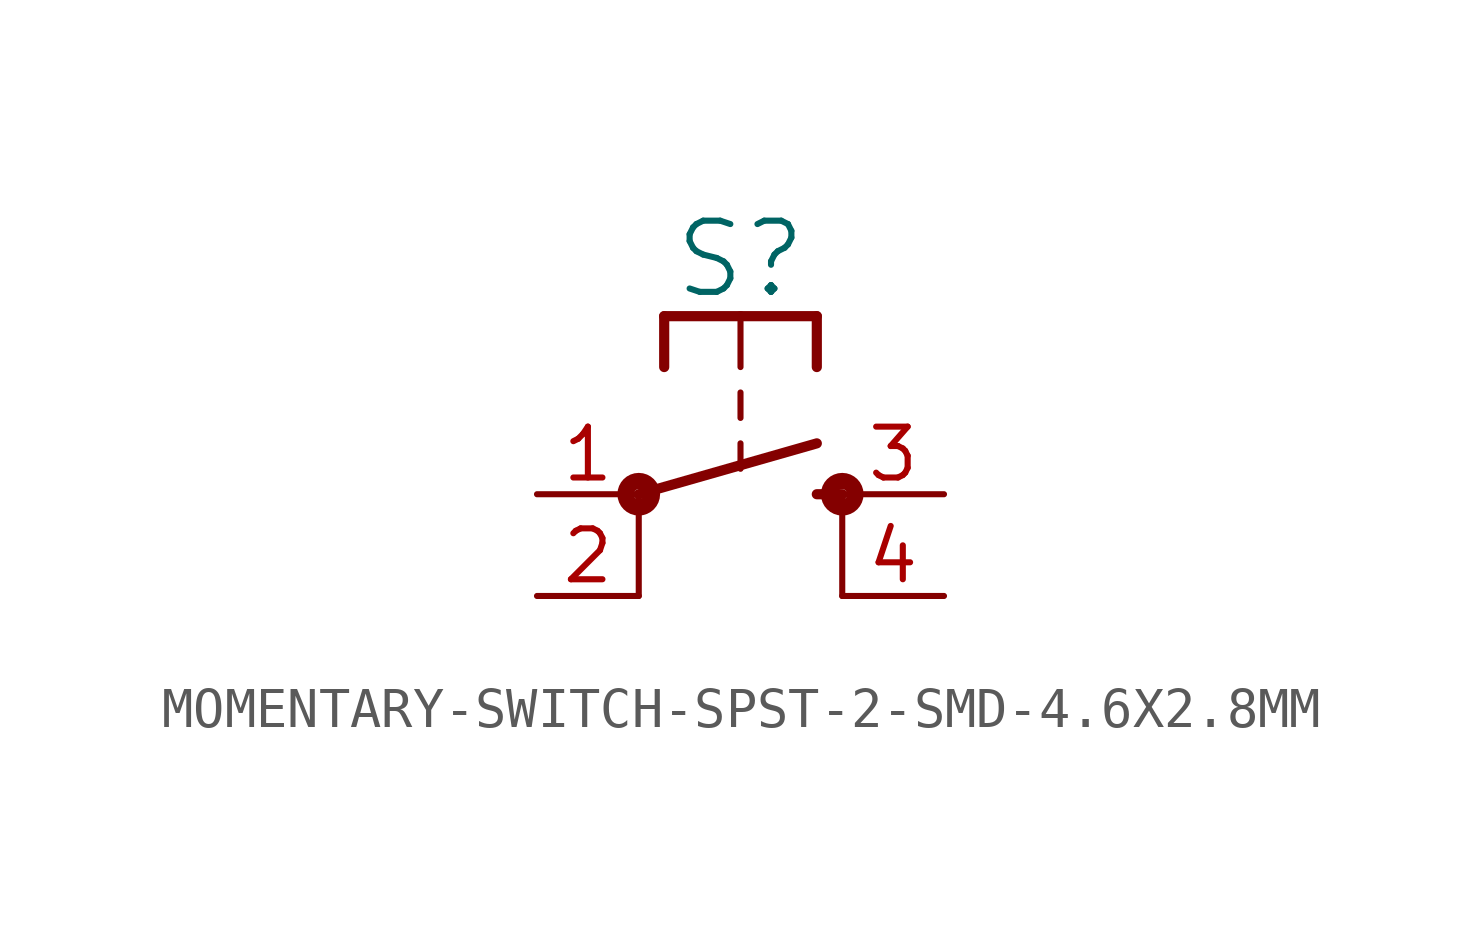
<source format=kicad_sym>
(kicad_symbol_lib
  (version 20231120)
  (generator "kicad_symbol_editor")
  (generator_version "8.0")
  (symbol "MOMENTARY-SWITCH-SPST-2-SMD-4.6X2.8MM"
    (property "Reference" "S"
      (at 0 4.826 0)
      (effects (font (size 1.778 1.778)) (justify bottom)))
    (property "Value" ""
      (at 0 -2.794 0)
      (effects (font (size 1.778 1.778)) (justify top)))
    (property "ki_locked" ""
      (at 0 0 0)
      (effects (font (size 1.27 1.27))))
    (symbol "MOMENTARY-SWITCH-SPST-2-SMD-4.6X2.8MM_1_0"
      (circle (center -2.54 0) (radius 0.127) (stroke (width 0.406) (type solid)) (fill (type none)))
      (polyline (pts (xy -2.54 -2.54) (xy -2.54 0)) (stroke (width 0.152) (type solid)) (fill (type none)))
      (polyline (pts (xy -2.54 0) (xy 1.905 1.27)) (stroke (width 0.254) (type solid)) (fill (type none)))
      (polyline (pts (xy -1.905 4.445) (xy -1.905 3.175)) (stroke (width 0.254) (type solid)) (fill (type none)))
      (polyline (pts (xy 0 1.27) (xy 0 0.635)) (stroke (width 0.152) (type solid)) (fill (type none)))
      (polyline (pts (xy 0 2.54) (xy 0 1.905)) (stroke (width 0.152) (type solid)) (fill (type none)))
      (polyline (pts (xy 0 4.445) (xy -1.905 4.445)) (stroke (width 0.254) (type solid)) (fill (type none)))
      (polyline (pts (xy 0 4.445) (xy 0 3.175)) (stroke (width 0.152) (type solid)) (fill (type none)))
      (polyline (pts (xy 1.905 0) (xy 2.54 0)) (stroke (width 0.254) (type solid)) (fill (type none)))
      (polyline (pts (xy 1.905 4.445) (xy 0 4.445)) (stroke (width 0.254) (type solid)) (fill (type none)))
      (polyline (pts (xy 1.905 4.445) (xy 1.905 3.175)) (stroke (width 0.254) (type solid)) (fill (type none)))
      (polyline (pts (xy 2.54 -2.54) (xy 2.54 0)) (stroke (width 0.152) (type solid)) (fill (type none)))
      (circle (center 2.54 0) (radius 0.127) (stroke (width 0.406) (type solid)) (fill (type none)))
      (pin passive line (at -5.08 0 0) (length 2.54) (name "1" (effects (font (size 0 0)))) (number "1" (effects (font (size 1.27 1.27)))))
      (pin passive line (at -5.08 -2.54 0) (length 2.54) (name "2" (effects (font (size 0 0)))) (number "2" (effects (font (size 1.27 1.27)))))
      (pin passive line (at 5.08 0 180) (length 2.54) (name "3" (effects (font (size 0 0)))) (number "3" (effects (font (size 1.27 1.27)))))
      (pin passive line (at 5.08 -2.54 180) (length 2.54) (name "4" (effects (font (size 0 0)))) (number "4" (effects (font (size 1.27 1.27))))))))
</source>
